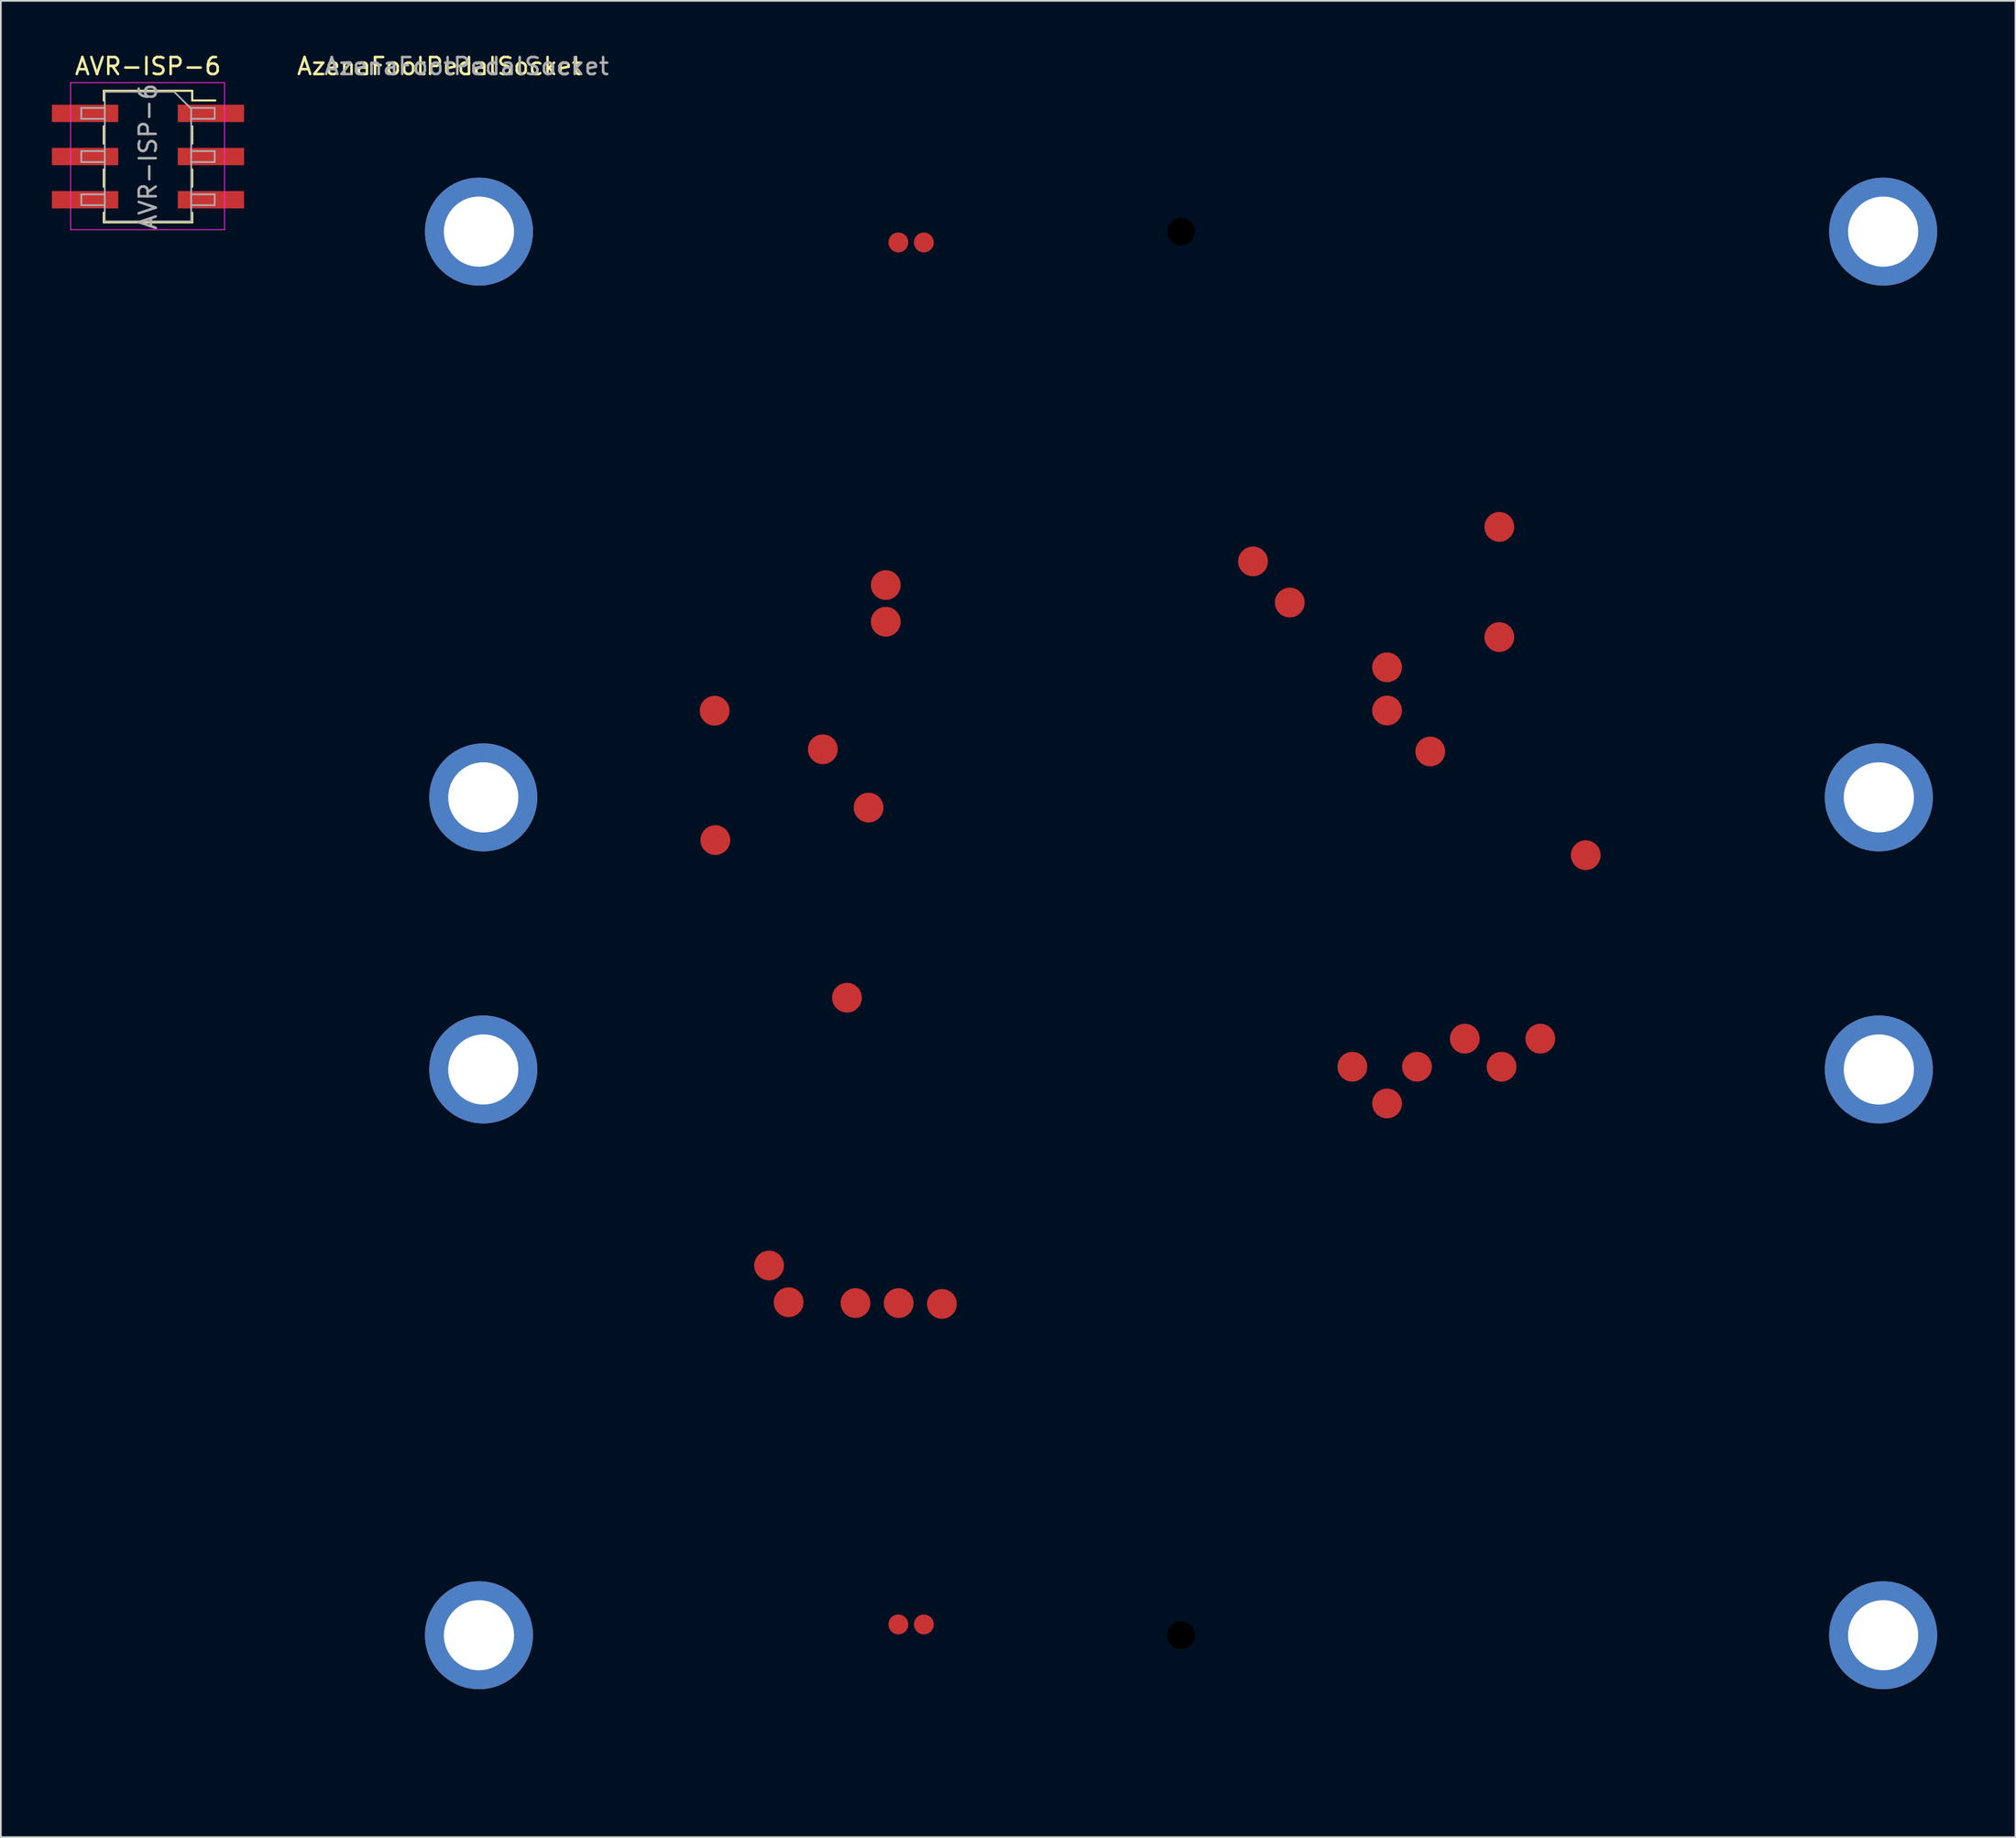
<source format=kicad_pcb>
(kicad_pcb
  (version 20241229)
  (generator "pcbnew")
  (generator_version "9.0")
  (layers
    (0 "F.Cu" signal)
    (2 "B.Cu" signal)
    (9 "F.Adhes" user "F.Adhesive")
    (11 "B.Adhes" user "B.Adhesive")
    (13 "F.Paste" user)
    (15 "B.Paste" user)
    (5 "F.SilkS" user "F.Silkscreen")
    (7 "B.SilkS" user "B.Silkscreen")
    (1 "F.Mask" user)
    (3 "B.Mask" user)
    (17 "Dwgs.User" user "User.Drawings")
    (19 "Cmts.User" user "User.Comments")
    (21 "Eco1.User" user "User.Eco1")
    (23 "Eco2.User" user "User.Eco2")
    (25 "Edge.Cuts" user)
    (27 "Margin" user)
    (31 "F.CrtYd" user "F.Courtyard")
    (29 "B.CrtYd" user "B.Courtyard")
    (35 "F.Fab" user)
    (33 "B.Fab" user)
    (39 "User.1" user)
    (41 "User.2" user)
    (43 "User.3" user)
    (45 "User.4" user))
  (footprint "AVR-ISP-6"
    (layer "F.Cu")
    (at 5.65 6.158)
    (property "Reference" "AVR-ISP-6" (at 0 -5.31 0) (layer "F.SilkS") (effects (font (size 1 1) (thickness 0.15))))
    (attr smd)
    (fp_line (start -2.6 -3.87) (end -2.6 -3.3) (stroke (width 0.12) (type solid)) (layer "F.SilkS"))
    (fp_line (start -2.6 -3.87) (end 2.6 -3.87) (stroke (width 0.12) (type solid)) (layer "F.SilkS"))
    (fp_line (start -2.6 -1.78) (end -2.6 -0.76) (stroke (width 0.12) (type solid)) (layer "F.SilkS"))
    (fp_line (start -2.6 0.76) (end -2.6 1.78) (stroke (width 0.12) (type solid)) (layer "F.SilkS"))
    (fp_line (start -2.6 3.3) (end -2.6 3.87) (stroke (width 0.12) (type solid)) (layer "F.SilkS"))
    (fp_line (start -2.6 3.87) (end 2.6 3.87) (stroke (width 0.12) (type solid)) (layer "F.SilkS"))
    (fp_line (start 2.6 -3.87) (end 2.6 -3.3) (stroke (width 0.12) (type solid)) (layer "F.SilkS"))
    (fp_line (start 2.6 -3.3) (end 3.96 -3.3) (stroke (width 0.12) (type solid)) (layer "F.SilkS"))
    (fp_line (start 2.6 -1.78) (end 2.6 -0.76) (stroke (width 0.12) (type solid)) (layer "F.SilkS"))
    (fp_line (start 2.6 0.76) (end 2.6 1.78) (stroke (width 0.12) (type solid)) (layer "F.SilkS"))
    (fp_line (start 2.6 3.3) (end 2.6 3.87) (stroke (width 0.12) (type solid)) (layer "F.SilkS"))
    (fp_line (start -4.55 -4.35) (end 4.5 -4.35) (stroke (width 0.05) (type solid)) (layer "F.CrtYd"))
    (fp_line (start -4.55 4.3) (end -4.55 -4.35) (stroke (width 0.05) (type solid)) (layer "F.CrtYd"))
    (fp_line (start 4.5 -4.35) (end 4.5 4.3) (stroke (width 0.05) (type solid)) (layer "F.CrtYd"))
    (fp_line (start 4.5 4.3) (end -4.55 4.3) (stroke (width 0.05) (type solid)) (layer "F.CrtYd"))
    (fp_line (start -3.92 -2.86) (end -2.54 -2.86) (stroke (width 0.1) (type solid)) (layer "F.Fab"))
    (fp_line (start -3.92 -2.22) (end -3.92 -2.86) (stroke (width 0.1) (type solid)) (layer "F.Fab"))
    (fp_line (start -3.92 -0.32) (end -2.54 -0.32) (stroke (width 0.1) (type solid)) (layer "F.Fab"))
    (fp_line (start -3.92 0.32) (end -3.92 -0.32) (stroke (width 0.1) (type solid)) (layer "F.Fab"))
    (fp_line (start -3.92 2.22) (end -2.54 2.22) (stroke (width 0.1) (type solid)) (layer "F.Fab"))
    (fp_line (start -3.92 2.86) (end -3.92 2.22) (stroke (width 0.1) (type solid)) (layer "F.Fab"))
    (fp_line (start -2.54 -3.81) (end 1.54 -3.81) (stroke (width 0.1) (type solid)) (layer "F.Fab"))
    (fp_line (start -2.54 -2.22) (end -3.92 -2.22) (stroke (width 0.1) (type solid)) (layer "F.Fab"))
    (fp_line (start -2.54 0.32) (end -3.92 0.32) (stroke (width 0.1) (type solid)) (layer "F.Fab"))
    (fp_line (start -2.54 2.86) (end -3.92 2.86) (stroke (width 0.1) (type solid)) (layer "F.Fab"))
    (fp_line (start -2.54 3.81) (end -2.54 -3.81) (stroke (width 0.1) (type solid)) (layer "F.Fab"))
    (fp_line (start 1.54 -3.81) (end 2.54 -2.81) (stroke (width 0.1) (type solid)) (layer "F.Fab"))
    (fp_line (start 2.54 -2.86) (end 3.92 -2.86) (stroke (width 0.1) (type solid)) (layer "F.Fab"))
    (fp_line (start 2.54 -2.81) (end 2.54 3.81) (stroke (width 0.1) (type solid)) (layer "F.Fab"))
    (fp_line (start 2.54 -0.32) (end 3.92 -0.32) (stroke (width 0.1) (type solid)) (layer "F.Fab"))
    (fp_line (start 2.54 2.22) (end 3.92 2.22) (stroke (width 0.1) (type solid)) (layer "F.Fab"))
    (fp_line (start 2.54 3.81) (end -2.54 3.81) (stroke (width 0.1) (type solid)) (layer "F.Fab"))
    (fp_line (start 3.92 -2.86) (end 3.92 -2.22) (stroke (width 0.1) (type solid)) (layer "F.Fab"))
    (fp_line (start 3.92 -2.22) (end 2.54 -2.22) (stroke (width 0.1) (type solid)) (layer "F.Fab"))
    (fp_line (start 3.92 -0.32) (end 3.92 0.32) (stroke (width 0.1) (type solid)) (layer "F.Fab"))
    (fp_line (start 3.92 0.32) (end 2.54 0.32) (stroke (width 0.1) (type solid)) (layer "F.Fab"))
    (fp_line (start 3.92 2.22) (end 3.92 2.86) (stroke (width 0.1) (type solid)) (layer "F.Fab"))
    (fp_line (start 3.92 2.86) (end 2.54 2.86) (stroke (width 0.1) (type solid)) (layer "F.Fab"))
    (fp_text user "${REFERENCE}" (at 0 0 90) (layer "F.Fab") (effects (font (size 1 1) (thickness 0.15))))
    (pad "1" smd rect (at 3.7 2.54) (size 3.9 1.02) (layers "F.Cu" "F.Mask" "F.Paste"))
    (pad "2" smd rect (at -3.7 2.54) (size 3.9 1.02) (layers "F.Cu" "F.Mask" "F.Paste"))
    (pad "3" smd rect (at 3.7 0) (size 3.9 1.02) (layers "F.Cu" "F.Mask" "F.Paste"))
    (pad "4" smd rect (at -3.7 0) (size 3.9 1.02) (layers "F.Cu" "F.Mask" "F.Paste"))
    (pad "5" smd rect (at 3.7 -2.54) (size 3.9 1.02) (layers "F.Cu" "F.Mask" "F.Paste"))
    (pad "6" smd rect (at -3.7 -2.54) (size 3.9 1.02) (layers "F.Cu" "F.Mask" "F.Paste")))
  (footprint "AzenaFootPedalSocket"
    (layer "F.Cu")
    (at 66.382 51.848)
    (property "Reference" "AzenaFootPedalSocket" (at -43.6 -51 0) (unlocked yes) (layer "F.SilkS") (effects (font (size 1 1) (thickness 0.15))))
    (attr smd)
    (fp_rect (start -45.999 -50) (end 46 50.1) (stroke (width 0.1) (type solid)) (fill yes) (layer "F.Mask"))
    (fp_text user "${REFERENCE}" (at -42 -51 0) (unlocked yes) (layer "F.Fab") (effects (font (size 1 1) (thickness 0.15))))
    (pad "" np_thru_hole circle (at 0 -41.275) (size 1.626 1.626) (drill 1.626) (layers "*.Mask"))
    (pad "" np_thru_hole circle (at 0 41.275) (size 1.626 1.626) (drill 1.626) (layers "*.Mask"))
    (pad "0" thru_hole circle (at -41.275 -41.275) (size 6.35 6.35) (drill 4.126) (layers "*.Cu" "*.Mask" "Eco2.User"))
    (pad "0" thru_hole circle (at -41.275 41.275) (size 6.35 6.35) (drill 4.126) (layers "*.Cu" "*.Mask" "Eco2.User"))
    (pad "0" thru_hole circle (at -41.021 -8.001) (size 6.35 6.35) (drill 4.126) (layers "*.Cu" "*.Mask" "Eco2.User"))
    (pad "0" thru_hole circle (at -41.021 8.001) (size 6.35 6.35) (drill 4.126) (layers "*.Cu" "*.Mask" "Eco2.User"))
    (pad "0" thru_hole circle (at 41.021 -8.001) (size 6.35 6.35) (drill 4.126) (layers "*.Cu" "*.Mask" "Eco2.User"))
    (pad "0" thru_hole circle (at 41.021 8.001) (size 6.35 6.35) (drill 4.126) (layers "*.Cu" "*.Mask" "Eco2.User"))
    (pad "0" thru_hole circle (at 41.275 -41.275) (size 6.35 6.35) (drill 4.126) (layers "*.Cu" "*.Mask" "Eco2.User"))
    (pad "0" thru_hole circle (at 41.275 41.275) (size 6.35 6.35) (drill 4.126) (layers "*.Cu" "*.Mask" "Eco2.User"))
    (pad "1" smd circle (at -19.14 21.74) (size 1.75 1.75) (layers "F.Cu" "F.Mask" "Eco2.User"))
    (pad "2" smd circle (at -16.6 21.74) (size 1.75 1.75) (layers "F.Cu" "F.Mask" "Eco2.User"))
    (pad "3" smd circle (at -14.06 21.79) (size 1.75 1.75) (layers "F.Cu" "F.Mask" "Eco2.User"))
    (pad "4" smd circle (at -23.07 21.69) (size 1.75 1.75) (layers "F.Cu" "F.Mask" "Eco2.User"))
    (pad "5" smd circle (at -24.22 19.53) (size 1.75 1.75) (layers "F.Cu" "F.Mask" "Eco2.User"))
    (pad "6" smd circle (at 12.11 10) (size 1.75 1.75) (layers "F.Cu" "F.Mask" "Eco2.User"))
    (pad "7" smd circle (at 10.07 7.84) (size 1.75 1.75) (layers "F.Cu" "F.Mask" "Eco2.User"))
    (pad "8" smd circle (at 13.87 7.84) (size 1.75 1.75) (layers "F.Cu" "F.Mask" "Eco2.User"))
    (pad "9" smd circle (at 18.84 7.84) (size 1.75 1.75) (layers "F.Cu" "F.Mask" "Eco2.User"))
    (pad "10" smd circle (at 16.68 6.19) (size 1.75 1.75) (layers "F.Cu" "F.Mask" "Eco2.User"))
    (pad "11" smd circle (at 21.12 6.19) (size 1.75 1.75) (layers "F.Cu" "F.Mask" "Eco2.User"))
    (pad "12" smd circle (at -19.64 3.78) (size 1.75 1.75) (layers "F.Cu" "F.Mask" "Eco2.User"))
    (pad "13" smd circle (at 23.79 -4.6) (size 1.75 1.75) (layers "F.Cu" "F.Mask" "Eco2.User"))
    (pad "14" smd circle (at -27.38 -5.49) (size 1.75 1.75) (layers "F.Cu" "F.Mask" "Eco2.User"))
    (pad "15" smd circle (at -18.37 -7.4) (size 1.75 1.75) (layers "F.Cu" "F.Mask" "Eco2.User"))
    (pad "16" smd circle (at 14.65 -10.7) (size 1.75 1.75) (layers "F.Cu" "F.Mask" "Eco2.User"))
    (pad "17" smd circle (at -21.06 -10.83) (size 1.75 1.75) (layers "F.Cu" "F.Mask" "Eco2.User"))
    (pad "18" smd circle (at -27.42 -13.1) (size 1.75 1.75) (layers "F.Cu" "F.Mask" "Eco2.User"))
    (pad "19" smd circle (at 12.11 -13.11) (size 1.75 1.75) (layers "F.Cu" "F.Mask" "Eco2.User"))
    (pad "20" smd circle (at 12.11 -15.65) (size 1.75 1.75) (layers "F.Cu" "F.Mask" "Eco2.User"))
    (pad "21" smd circle (at 18.71 -17.43) (size 1.75 1.75) (layers "F.Cu" "F.Mask" "Eco2.User"))
    (pad "22" smd circle (at -17.36 -18.33) (size 1.75 1.75) (layers "F.Cu" "F.Mask" "Eco2.User"))
    (pad "23" smd circle (at 6.39 -19.46) (size 1.75 1.75) (layers "F.Cu" "F.Mask" "Eco2.User"))
    (pad "24" smd circle (at -17.36 -20.49) (size 1.75 1.75) (layers "F.Cu" "F.Mask" "Eco2.User"))
    (pad "25" smd circle (at 4.23 -21.88) (size 1.75 1.75) (layers "F.Cu" "F.Mask" "Eco2.User"))
    (pad "26" smd circle (at 18.71 -23.91) (size 1.75 1.75) (layers "F.Cu" "F.Mask" "Eco2.User"))
    (pad "27" smd circle (at -16.62 40.64) (size 1.17 1.17) (layers "F.Cu" "F.Mask" "Eco2.User"))
    (pad "28" smd circle (at -15.12 40.64) (size 1.17 1.17) (layers "F.Cu" "F.Mask" "Eco2.User"))
    (pad "29" smd circle (at -16.62 -40.64) (size 1.17 1.17) (layers "F.Cu" "F.Mask" "Eco2.User"))
    (pad "30" smd circle (at -15.12 -40.64) (size 1.17 1.17) (layers "F.Cu" "F.Mask" "Eco2.User"))
    (zone (net_name "") (layers "F.Mask" "F.SilkS" "B.CrtYd") (name "KeepOut") (hatch edge 0.5) (connect_pads) (min_thickness 0.25) (filled_areas_thickness no) (keepout (tracks allowed) (vias allowed) (pads allowed) (copperpour allowed) (footprints not_allowed)) (placement (enabled no)) (fill) (polygon (pts (xy 20.383 1.848) (xy 112.382 1.848) (xy 112.382 101.948) (xy 20.277 101.948)))))
  (gr_rect
    (start -3 -3)
    (end 115.432 104.998)
    (stroke (width 0.1) (type default))
    (fill no)
    (layer "Edge.Cuts")))
</source>
